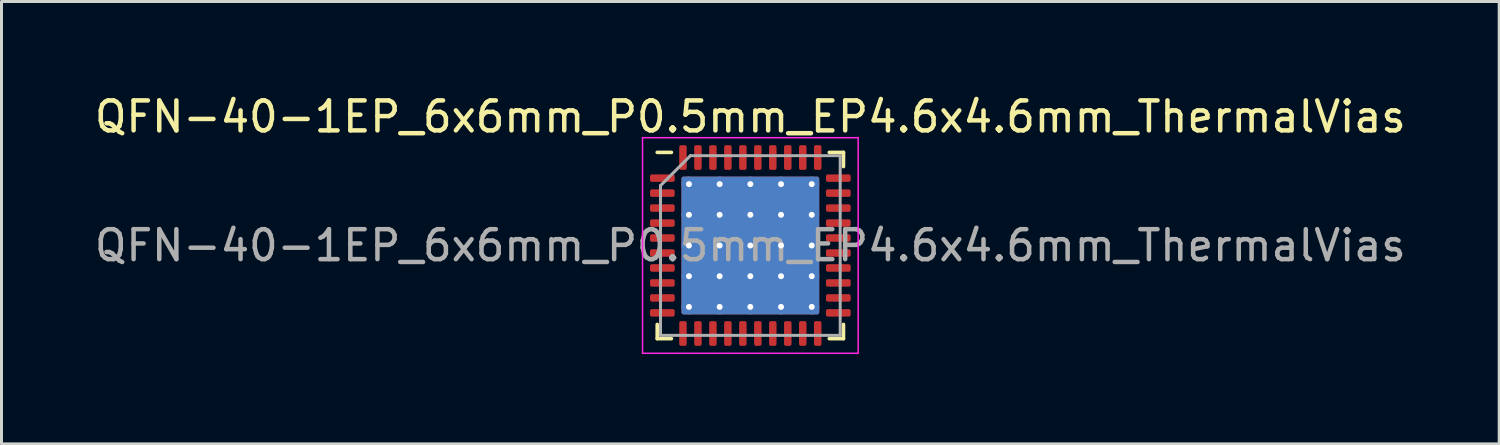
<source format=kicad_pcb>
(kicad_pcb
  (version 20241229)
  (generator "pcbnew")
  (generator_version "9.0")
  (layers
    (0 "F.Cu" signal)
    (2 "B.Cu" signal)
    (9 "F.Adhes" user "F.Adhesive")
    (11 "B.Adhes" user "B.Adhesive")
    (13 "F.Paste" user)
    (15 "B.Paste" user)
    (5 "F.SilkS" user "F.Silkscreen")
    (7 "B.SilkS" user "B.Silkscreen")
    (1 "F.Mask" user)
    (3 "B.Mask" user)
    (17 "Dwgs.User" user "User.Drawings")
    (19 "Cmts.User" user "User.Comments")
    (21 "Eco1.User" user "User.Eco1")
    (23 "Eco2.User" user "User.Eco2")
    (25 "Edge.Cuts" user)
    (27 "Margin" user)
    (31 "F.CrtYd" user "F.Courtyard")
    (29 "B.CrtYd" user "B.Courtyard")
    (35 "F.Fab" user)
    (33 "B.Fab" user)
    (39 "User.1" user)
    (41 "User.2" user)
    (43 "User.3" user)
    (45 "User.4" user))
  (footprint "QFN-40-1EP_6x6mm_P0.5mm_EP4.6x4.6mm_ThermalVias"
    (layer "F.Cu")
    (at 22.006 5.148)
    (property "Reference" "QFN-40-1EP_6x6mm_P0.5mm_EP4.6x4.6mm_ThermalVias" (at 0 -4.3 0) (layer "F.SilkS") (effects (font (size 1 1) (thickness 0.15))))
    (attr smd)
    (fp_line (start -3.11 3.11) (end -3.11 2.635) (stroke (width 0.12) (type solid)) (layer "F.SilkS"))
    (fp_line (start -2.635 -3.11) (end -3.11 -3.11) (stroke (width 0.12) (type solid)) (layer "F.SilkS"))
    (fp_line (start -2.635 3.11) (end -3.11 3.11) (stroke (width 0.12) (type solid)) (layer "F.SilkS"))
    (fp_line (start 2.635 -3.11) (end 3.11 -3.11) (stroke (width 0.12) (type solid)) (layer "F.SilkS"))
    (fp_line (start 2.635 3.11) (end 3.11 3.11) (stroke (width 0.12) (type solid)) (layer "F.SilkS"))
    (fp_line (start 3.11 -3.11) (end 3.11 -2.635) (stroke (width 0.12) (type solid)) (layer "F.SilkS"))
    (fp_line (start 3.11 3.11) (end 3.11 2.635) (stroke (width 0.12) (type solid)) (layer "F.SilkS"))
    (fp_line (start -3.6 -3.6) (end -3.6 3.6) (stroke (width 0.05) (type solid)) (layer "F.CrtYd"))
    (fp_line (start -3.6 3.6) (end 3.6 3.6) (stroke (width 0.05) (type solid)) (layer "F.CrtYd"))
    (fp_line (start 3.6 -3.6) (end -3.6 -3.6) (stroke (width 0.05) (type solid)) (layer "F.CrtYd"))
    (fp_line (start 3.6 3.6) (end 3.6 -3.6) (stroke (width 0.05) (type solid)) (layer "F.CrtYd"))
    (fp_line (start -3 -2) (end -2 -3) (stroke (width 0.1) (type solid)) (layer "F.Fab"))
    (fp_line (start -3 3) (end -3 -2) (stroke (width 0.1) (type solid)) (layer "F.Fab"))
    (fp_line (start -2 -3) (end 3 -3) (stroke (width 0.1) (type solid)) (layer "F.Fab"))
    (fp_line (start 3 -3) (end 3 3) (stroke (width 0.1) (type solid)) (layer "F.Fab"))
    (fp_line (start 3 3) (end -3 3) (stroke (width 0.1) (type solid)) (layer "F.Fab"))
    (fp_text user "${REFERENCE}" (at 0 0 0) (layer "F.Fab") (effects (font (size 1 1) (thickness 0.15))))
    (pad "" smd custom (at -1.538 -1.538) (size 0.786 0.786) (layers "F.Paste") (options (anchor circle)) (primitives (gr_poly (pts (xy -0.445 -0.297) (xy -0.297 -0.445) (xy 0.297 -0.445) (xy 0.445 -0.297) (xy 0.445 0.297) (xy 0.297 0.445) (xy -0.297 0.445) (xy -0.445 0.297)) (width 0) (fill yes))))
    (pad "" smd custom (at -1.538 -0.512) (size 0.786 0.786) (layers "F.Paste") (options (anchor circle)) (primitives (gr_poly (pts (xy -0.445 -0.297) (xy -0.297 -0.445) (xy 0.297 -0.445) (xy 0.445 -0.297) (xy 0.445 0.297) (xy 0.297 0.445) (xy -0.297 0.445) (xy -0.445 0.297)) (width 0) (fill yes))))
    (pad "" smd custom (at -1.538 0.512) (size 0.786 0.786) (layers "F.Paste") (options (anchor circle)) (primitives (gr_poly (pts (xy -0.445 -0.297) (xy -0.297 -0.445) (xy 0.297 -0.445) (xy 0.445 -0.297) (xy 0.445 0.297) (xy 0.297 0.445) (xy -0.297 0.445) (xy -0.445 0.297)) (width 0) (fill yes))))
    (pad "" smd custom (at -1.538 1.538) (size 0.786 0.786) (layers "F.Paste") (options (anchor circle)) (primitives (gr_poly (pts (xy -0.445 -0.297) (xy -0.297 -0.445) (xy 0.297 -0.445) (xy 0.445 -0.297) (xy 0.445 0.297) (xy 0.297 0.445) (xy -0.297 0.445) (xy -0.445 0.297)) (width 0) (fill yes))))
    (pad "" smd custom (at -0.512 -1.538) (size 0.786 0.786) (layers "F.Paste") (options (anchor circle)) (primitives (gr_poly (pts (xy -0.445 -0.297) (xy -0.297 -0.445) (xy 0.297 -0.445) (xy 0.445 -0.297) (xy 0.445 0.297) (xy 0.297 0.445) (xy -0.297 0.445) (xy -0.445 0.297)) (width 0) (fill yes))))
    (pad "" smd custom (at -0.512 -0.512) (size 0.786 0.786) (layers "F.Paste") (options (anchor circle)) (primitives (gr_poly (pts (xy -0.445 -0.297) (xy -0.297 -0.445) (xy 0.297 -0.445) (xy 0.445 -0.297) (xy 0.445 0.297) (xy 0.297 0.445) (xy -0.297 0.445) (xy -0.445 0.297)) (width 0) (fill yes))))
    (pad "" smd custom (at -0.512 0.512) (size 0.786 0.786) (layers "F.Paste") (options (anchor circle)) (primitives (gr_poly (pts (xy -0.445 -0.297) (xy -0.297 -0.445) (xy 0.297 -0.445) (xy 0.445 -0.297) (xy 0.445 0.297) (xy 0.297 0.445) (xy -0.297 0.445) (xy -0.445 0.297)) (width 0) (fill yes))))
    (pad "" smd custom (at -0.512 1.538) (size 0.786 0.786) (layers "F.Paste") (options (anchor circle)) (primitives (gr_poly (pts (xy -0.445 -0.297) (xy -0.297 -0.445) (xy 0.297 -0.445) (xy 0.445 -0.297) (xy 0.445 0.297) (xy 0.297 0.445) (xy -0.297 0.445) (xy -0.445 0.297)) (width 0) (fill yes))))
    (pad "" smd custom (at 0.512 -1.538) (size 0.786 0.786) (layers "F.Paste") (options (anchor circle)) (primitives (gr_poly (pts (xy -0.445 -0.297) (xy -0.297 -0.445) (xy 0.297 -0.445) (xy 0.445 -0.297) (xy 0.445 0.297) (xy 0.297 0.445) (xy -0.297 0.445) (xy -0.445 0.297)) (width 0) (fill yes))))
    (pad "" smd custom (at 0.512 -0.512) (size 0.786 0.786) (layers "F.Paste") (options (anchor circle)) (primitives (gr_poly (pts (xy -0.445 -0.297) (xy -0.297 -0.445) (xy 0.297 -0.445) (xy 0.445 -0.297) (xy 0.445 0.297) (xy 0.297 0.445) (xy -0.297 0.445) (xy -0.445 0.297)) (width 0) (fill yes))))
    (pad "" smd custom (at 0.512 0.512) (size 0.786 0.786) (layers "F.Paste") (options (anchor circle)) (primitives (gr_poly (pts (xy -0.445 -0.297) (xy -0.297 -0.445) (xy 0.297 -0.445) (xy 0.445 -0.297) (xy 0.445 0.297) (xy 0.297 0.445) (xy -0.297 0.445) (xy -0.445 0.297)) (width 0) (fill yes))))
    (pad "" smd custom (at 0.512 1.538) (size 0.786 0.786) (layers "F.Paste") (options (anchor circle)) (primitives (gr_poly (pts (xy -0.445 -0.297) (xy -0.297 -0.445) (xy 0.297 -0.445) (xy 0.445 -0.297) (xy 0.445 0.297) (xy 0.297 0.445) (xy -0.297 0.445) (xy -0.445 0.297)) (width 0) (fill yes))))
    (pad "" smd custom (at 1.538 -1.538) (size 0.786 0.786) (layers "F.Paste") (options (anchor circle)) (primitives (gr_poly (pts (xy -0.445 -0.297) (xy -0.297 -0.445) (xy 0.297 -0.445) (xy 0.445 -0.297) (xy 0.445 0.297) (xy 0.297 0.445) (xy -0.297 0.445) (xy -0.445 0.297)) (width 0) (fill yes))))
    (pad "" smd custom (at 1.538 -0.512) (size 0.786 0.786) (layers "F.Paste") (options (anchor circle)) (primitives (gr_poly (pts (xy -0.445 -0.297) (xy -0.297 -0.445) (xy 0.297 -0.445) (xy 0.445 -0.297) (xy 0.445 0.297) (xy 0.297 0.445) (xy -0.297 0.445) (xy -0.445 0.297)) (width 0) (fill yes))))
    (pad "" smd custom (at 1.538 0.512) (size 0.786 0.786) (layers "F.Paste") (options (anchor circle)) (primitives (gr_poly (pts (xy -0.445 -0.297) (xy -0.297 -0.445) (xy 0.297 -0.445) (xy 0.445 -0.297) (xy 0.445 0.297) (xy 0.297 0.445) (xy -0.297 0.445) (xy -0.445 0.297)) (width 0) (fill yes))))
    (pad "" smd custom (at 1.538 1.538) (size 0.786 0.786) (layers "F.Paste") (options (anchor circle)) (primitives (gr_poly (pts (xy -0.445 -0.297) (xy -0.297 -0.445) (xy 0.297 -0.445) (xy 0.445 -0.297) (xy 0.445 0.297) (xy 0.297 0.445) (xy -0.297 0.445) (xy -0.445 0.297)) (width 0) (fill yes))))
    (pad "1" smd roundrect (at -2.938 -2.25) (size 0.825 0.25) (layers "F.Cu" "F.Mask" "F.Paste") (roundrect_rratio 0.25))
    (pad "2" smd roundrect (at -2.938 -1.75) (size 0.825 0.25) (layers "F.Cu" "F.Mask" "F.Paste") (roundrect_rratio 0.25))
    (pad "3" smd roundrect (at -2.938 -1.25) (size 0.825 0.25) (layers "F.Cu" "F.Mask" "F.Paste") (roundrect_rratio 0.25))
    (pad "4" smd roundrect (at -2.938 -0.75) (size 0.825 0.25) (layers "F.Cu" "F.Mask" "F.Paste") (roundrect_rratio 0.25))
    (pad "5" smd roundrect (at -2.938 -0.25) (size 0.825 0.25) (layers "F.Cu" "F.Mask" "F.Paste") (roundrect_rratio 0.25))
    (pad "6" smd roundrect (at -2.938 0.25) (size 0.825 0.25) (layers "F.Cu" "F.Mask" "F.Paste") (roundrect_rratio 0.25))
    (pad "7" smd roundrect (at -2.938 0.75) (size 0.825 0.25) (layers "F.Cu" "F.Mask" "F.Paste") (roundrect_rratio 0.25))
    (pad "8" smd roundrect (at -2.938 1.25) (size 0.825 0.25) (layers "F.Cu" "F.Mask" "F.Paste") (roundrect_rratio 0.25))
    (pad "9" smd roundrect (at -2.938 1.75) (size 0.825 0.25) (layers "F.Cu" "F.Mask" "F.Paste") (roundrect_rratio 0.25))
    (pad "10" smd roundrect (at -2.938 2.25) (size 0.825 0.25) (layers "F.Cu" "F.Mask" "F.Paste") (roundrect_rratio 0.25))
    (pad "11" smd roundrect (at -2.25 2.938) (size 0.25 0.825) (layers "F.Cu" "F.Mask" "F.Paste") (roundrect_rratio 0.25))
    (pad "12" smd roundrect (at -1.75 2.938) (size 0.25 0.825) (layers "F.Cu" "F.Mask" "F.Paste") (roundrect_rratio 0.25))
    (pad "13" smd roundrect (at -1.25 2.938) (size 0.25 0.825) (layers "F.Cu" "F.Mask" "F.Paste") (roundrect_rratio 0.25))
    (pad "14" smd roundrect (at -0.75 2.938) (size 0.25 0.825) (layers "F.Cu" "F.Mask" "F.Paste") (roundrect_rratio 0.25))
    (pad "15" smd roundrect (at -0.25 2.938) (size 0.25 0.825) (layers "F.Cu" "F.Mask" "F.Paste") (roundrect_rratio 0.25))
    (pad "16" smd roundrect (at 0.25 2.938) (size 0.25 0.825) (layers "F.Cu" "F.Mask" "F.Paste") (roundrect_rratio 0.25))
    (pad "17" smd roundrect (at 0.75 2.938) (size 0.25 0.825) (layers "F.Cu" "F.Mask" "F.Paste") (roundrect_rratio 0.25))
    (pad "18" smd roundrect (at 1.25 2.938) (size 0.25 0.825) (layers "F.Cu" "F.Mask" "F.Paste") (roundrect_rratio 0.25))
    (pad "19" smd roundrect (at 1.75 2.938) (size 0.25 0.825) (layers "F.Cu" "F.Mask" "F.Paste") (roundrect_rratio 0.25))
    (pad "20" smd roundrect (at 2.25 2.938) (size 0.25 0.825) (layers "F.Cu" "F.Mask" "F.Paste") (roundrect_rratio 0.25))
    (pad "21" smd roundrect (at 2.938 2.25) (size 0.825 0.25) (layers "F.Cu" "F.Mask" "F.Paste") (roundrect_rratio 0.25))
    (pad "22" smd roundrect (at 2.938 1.75) (size 0.825 0.25) (layers "F.Cu" "F.Mask" "F.Paste") (roundrect_rratio 0.25))
    (pad "23" smd roundrect (at 2.938 1.25) (size 0.825 0.25) (layers "F.Cu" "F.Mask" "F.Paste") (roundrect_rratio 0.25))
    (pad "24" smd roundrect (at 2.938 0.75) (size 0.825 0.25) (layers "F.Cu" "F.Mask" "F.Paste") (roundrect_rratio 0.25))
    (pad "25" smd roundrect (at 2.938 0.25) (size 0.825 0.25) (layers "F.Cu" "F.Mask" "F.Paste") (roundrect_rratio 0.25))
    (pad "26" smd roundrect (at 2.938 -0.25) (size 0.825 0.25) (layers "F.Cu" "F.Mask" "F.Paste") (roundrect_rratio 0.25))
    (pad "27" smd roundrect (at 2.938 -0.75) (size 0.825 0.25) (layers "F.Cu" "F.Mask" "F.Paste") (roundrect_rratio 0.25))
    (pad "28" smd roundrect (at 2.938 -1.25) (size 0.825 0.25) (layers "F.Cu" "F.Mask" "F.Paste") (roundrect_rratio 0.25))
    (pad "29" smd roundrect (at 2.938 -1.75) (size 0.825 0.25) (layers "F.Cu" "F.Mask" "F.Paste") (roundrect_rratio 0.25))
    (pad "30" smd roundrect (at 2.938 -2.25) (size 0.825 0.25) (layers "F.Cu" "F.Mask" "F.Paste") (roundrect_rratio 0.25))
    (pad "31" smd roundrect (at 2.25 -2.938) (size 0.25 0.825) (layers "F.Cu" "F.Mask" "F.Paste") (roundrect_rratio 0.25))
    (pad "32" smd roundrect (at 1.75 -2.938) (size 0.25 0.825) (layers "F.Cu" "F.Mask" "F.Paste") (roundrect_rratio 0.25))
    (pad "33" smd roundrect (at 1.25 -2.938) (size 0.25 0.825) (layers "F.Cu" "F.Mask" "F.Paste") (roundrect_rratio 0.25))
    (pad "34" smd roundrect (at 0.75 -2.938) (size 0.25 0.825) (layers "F.Cu" "F.Mask" "F.Paste") (roundrect_rratio 0.25))
    (pad "35" smd roundrect (at 0.25 -2.938) (size 0.25 0.825) (layers "F.Cu" "F.Mask" "F.Paste") (roundrect_rratio 0.25))
    (pad "36" smd roundrect (at -0.25 -2.938) (size 0.25 0.825) (layers "F.Cu" "F.Mask" "F.Paste") (roundrect_rratio 0.25))
    (pad "37" smd roundrect (at -0.75 -2.938) (size 0.25 0.825) (layers "F.Cu" "F.Mask" "F.Paste") (roundrect_rratio 0.25))
    (pad "38" smd roundrect (at -1.25 -2.938) (size 0.25 0.825) (layers "F.Cu" "F.Mask" "F.Paste") (roundrect_rratio 0.25))
    (pad "39" smd roundrect (at -1.75 -2.938) (size 0.25 0.825) (layers "F.Cu" "F.Mask" "F.Paste") (roundrect_rratio 0.25))
    (pad "40" smd roundrect (at -2.25 -2.938) (size 0.25 0.825) (layers "F.Cu" "F.Mask" "F.Paste") (roundrect_rratio 0.25))
    (pad "41" thru_hole circle (at -2.05 -2.05) (size 0.5 0.5) (drill 0.2) (layers "*.Cu"))
    (pad "41" thru_hole circle (at -2.05 -1.025) (size 0.5 0.5) (drill 0.2) (layers "*.Cu"))
    (pad "41" thru_hole circle (at -2.05 0) (size 0.5 0.5) (drill 0.2) (layers "*.Cu"))
    (pad "41" thru_hole circle (at -2.05 1.025) (size 0.5 0.5) (drill 0.2) (layers "*.Cu"))
    (pad "41" thru_hole circle (at -2.05 2.05) (size 0.5 0.5) (drill 0.2) (layers "*.Cu"))
    (pad "41" thru_hole circle (at -1.025 -2.05) (size 0.5 0.5) (drill 0.2) (layers "*.Cu"))
    (pad "41" thru_hole circle (at -1.025 -1.025) (size 0.5 0.5) (drill 0.2) (layers "*.Cu"))
    (pad "41" thru_hole circle (at -1.025 0) (size 0.5 0.5) (drill 0.2) (layers "*.Cu"))
    (pad "41" thru_hole circle (at -1.025 1.025) (size 0.5 0.5) (drill 0.2) (layers "*.Cu"))
    (pad "41" thru_hole circle (at -1.025 2.05) (size 0.5 0.5) (drill 0.2) (layers "*.Cu"))
    (pad "41" thru_hole circle (at 0 -2.05) (size 0.5 0.5) (drill 0.2) (layers "*.Cu"))
    (pad "41" thru_hole circle (at 0 -1.025) (size 0.5 0.5) (drill 0.2) (layers "*.Cu"))
    (pad "41" thru_hole circle (at 0 0) (size 0.5 0.5) (drill 0.2) (layers "*.Cu"))
    (pad "41" smd roundrect (at 0 0) (size 4.6 4.6) (layers "F.Cu" "F.Mask") (roundrect_rratio 0.014))
    (pad "41" smd roundrect (at 0 0) (size 4.6 4.6) (layers "B.Cu") (roundrect_rratio 0.014))
    (pad "41" thru_hole circle (at 0 1.025) (size 0.5 0.5) (drill 0.2) (layers "*.Cu"))
    (pad "41" thru_hole circle (at 0 2.05) (size 0.5 0.5) (drill 0.2) (layers "*.Cu"))
    (pad "41" thru_hole circle (at 1.025 -2.05) (size 0.5 0.5) (drill 0.2) (layers "*.Cu"))
    (pad "41" thru_hole circle (at 1.025 -1.025) (size 0.5 0.5) (drill 0.2) (layers "*.Cu"))
    (pad "41" thru_hole circle (at 1.025 0) (size 0.5 0.5) (drill 0.2) (layers "*.Cu"))
    (pad "41" thru_hole circle (at 1.025 1.025) (size 0.5 0.5) (drill 0.2) (layers "*.Cu"))
    (pad "41" thru_hole circle (at 1.025 2.05) (size 0.5 0.5) (drill 0.2) (layers "*.Cu"))
    (pad "41" thru_hole circle (at 2.05 -2.05) (size 0.5 0.5) (drill 0.2) (layers "*.Cu"))
    (pad "41" thru_hole circle (at 2.05 -1.025) (size 0.5 0.5) (drill 0.2) (layers "*.Cu"))
    (pad "41" thru_hole circle (at 2.05 0) (size 0.5 0.5) (drill 0.2) (layers "*.Cu"))
    (pad "41" thru_hole circle (at 2.05 1.025) (size 0.5 0.5) (drill 0.2) (layers "*.Cu"))
    (pad "41" thru_hole circle (at 2.05 2.05) (size 0.5 0.5) (drill 0.2) (layers "*.Cu")))
  (gr_rect
    (start -3 -3)
    (end 47.012 11.773)
    (stroke (width 0.1) (type default))
    (fill no)
    (layer "Edge.Cuts")))
</source>
